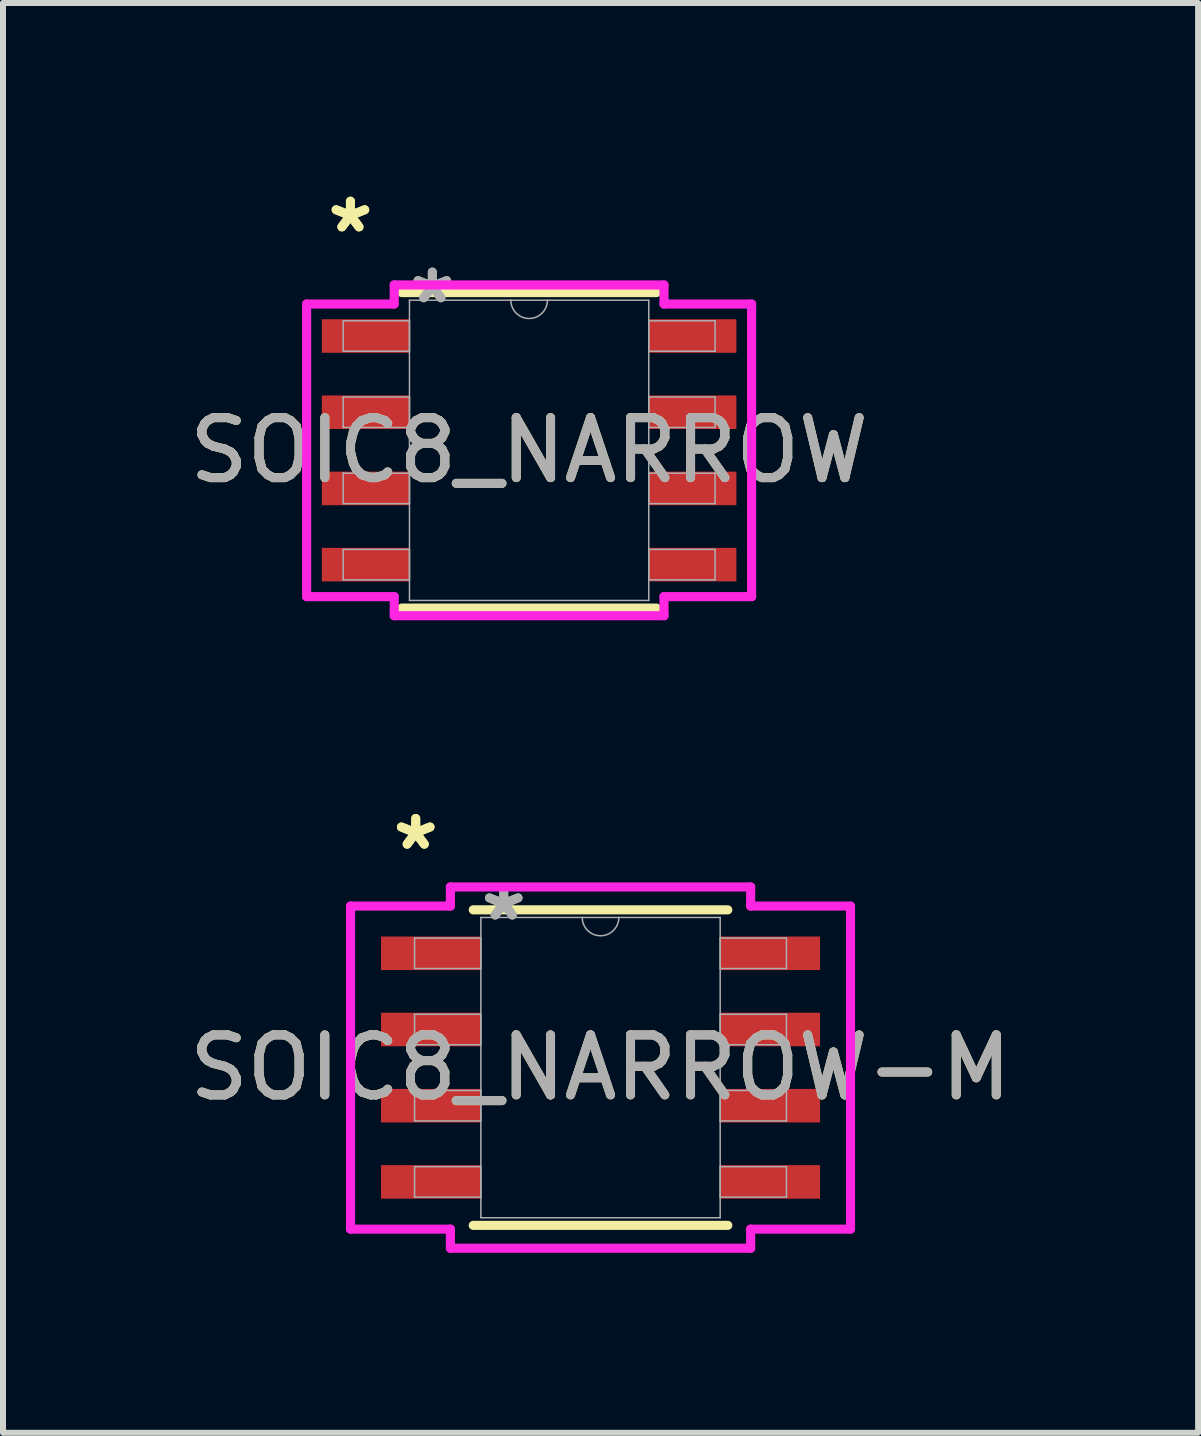
<source format=kicad_pcb>
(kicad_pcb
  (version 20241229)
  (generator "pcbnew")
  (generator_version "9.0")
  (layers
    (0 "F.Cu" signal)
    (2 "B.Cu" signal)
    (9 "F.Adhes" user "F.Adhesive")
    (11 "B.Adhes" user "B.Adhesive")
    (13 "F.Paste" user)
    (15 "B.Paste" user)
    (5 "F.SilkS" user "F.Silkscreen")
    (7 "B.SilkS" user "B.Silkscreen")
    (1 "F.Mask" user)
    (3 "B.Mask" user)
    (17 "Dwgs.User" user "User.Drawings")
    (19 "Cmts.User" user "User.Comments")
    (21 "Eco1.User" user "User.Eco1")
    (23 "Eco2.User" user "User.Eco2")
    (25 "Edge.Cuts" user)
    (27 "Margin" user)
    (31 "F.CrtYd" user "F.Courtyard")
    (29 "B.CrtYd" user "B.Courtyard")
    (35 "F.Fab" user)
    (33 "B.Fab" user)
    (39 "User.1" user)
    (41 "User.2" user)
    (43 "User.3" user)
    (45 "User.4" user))
  (footprint "SOIC8_NARROW"
    (layer "F.Cu")
    (at 5.768 4.455)
    (property "Reference" "SOIC8_NARROW" (at 0 0 0) (unlocked yes) (layer "F.SilkS") (effects (font (size 1 1) (thickness 0.15))))
    (attr smd)
    (fp_line (start -2.121 2.629) (end 2.121 2.629) (stroke (width 0.152) (type solid)) (layer "F.SilkS"))
    (fp_line (start 2.121 -2.629) (end -2.121 -2.629) (stroke (width 0.152) (type solid)) (layer "F.SilkS"))
    (fp_line (start -3.708 -2.438) (end -2.248 -2.438) (stroke (width 0.152) (type solid)) (layer "F.CrtYd"))
    (fp_line (start -3.708 2.438) (end -3.708 -2.438) (stroke (width 0.152) (type solid)) (layer "F.CrtYd"))
    (fp_line (start -3.708 2.438) (end -2.248 2.438) (stroke (width 0.152) (type solid)) (layer "F.CrtYd"))
    (fp_line (start -2.248 -2.756) (end 2.248 -2.756) (stroke (width 0.152) (type solid)) (layer "F.CrtYd"))
    (fp_line (start -2.248 -2.438) (end -2.248 -2.756) (stroke (width 0.152) (type solid)) (layer "F.CrtYd"))
    (fp_line (start -2.248 2.756) (end -2.248 2.438) (stroke (width 0.152) (type solid)) (layer "F.CrtYd"))
    (fp_line (start 2.248 -2.756) (end 2.248 -2.438) (stroke (width 0.152) (type solid)) (layer "F.CrtYd"))
    (fp_line (start 2.248 2.438) (end 2.248 2.756) (stroke (width 0.152) (type solid)) (layer "F.CrtYd"))
    (fp_line (start 2.248 2.756) (end -2.248 2.756) (stroke (width 0.152) (type solid)) (layer "F.CrtYd"))
    (fp_line (start 3.708 -2.438) (end 2.248 -2.438) (stroke (width 0.152) (type solid)) (layer "F.CrtYd"))
    (fp_line (start 3.708 -2.438) (end 3.708 2.438) (stroke (width 0.152) (type solid)) (layer "F.CrtYd"))
    (fp_line (start 3.708 2.438) (end 2.248 2.438) (stroke (width 0.152) (type solid)) (layer "F.CrtYd"))
    (fp_line (start -3.099 -2.159) (end -3.099 -1.651) (stroke (width 0.025) (type solid)) (layer "F.Fab"))
    (fp_line (start -3.099 -1.651) (end -1.994 -1.651) (stroke (width 0.025) (type solid)) (layer "F.Fab"))
    (fp_line (start -3.099 -0.889) (end -3.099 -0.381) (stroke (width 0.025) (type solid)) (layer "F.Fab"))
    (fp_line (start -3.099 -0.381) (end -1.994 -0.381) (stroke (width 0.025) (type solid)) (layer "F.Fab"))
    (fp_line (start -3.099 0.381) (end -3.099 0.889) (stroke (width 0.025) (type solid)) (layer "F.Fab"))
    (fp_line (start -3.099 0.889) (end -1.994 0.889) (stroke (width 0.025) (type solid)) (layer "F.Fab"))
    (fp_line (start -3.099 1.651) (end -3.099 2.159) (stroke (width 0.025) (type solid)) (layer "F.Fab"))
    (fp_line (start -3.099 2.159) (end -1.994 2.159) (stroke (width 0.025) (type solid)) (layer "F.Fab"))
    (fp_line (start -1.994 -2.502) (end -1.994 2.502) (stroke (width 0.025) (type solid)) (layer "F.Fab"))
    (fp_line (start -1.994 -2.159) (end -3.099 -2.159) (stroke (width 0.025) (type solid)) (layer "F.Fab"))
    (fp_line (start -1.994 -1.651) (end -1.994 -2.159) (stroke (width 0.025) (type solid)) (layer "F.Fab"))
    (fp_line (start -1.994 -0.889) (end -3.099 -0.889) (stroke (width 0.025) (type solid)) (layer "F.Fab"))
    (fp_line (start -1.994 -0.381) (end -1.994 -0.889) (stroke (width 0.025) (type solid)) (layer "F.Fab"))
    (fp_line (start -1.994 0.381) (end -3.099 0.381) (stroke (width 0.025) (type solid)) (layer "F.Fab"))
    (fp_line (start -1.994 0.889) (end -1.994 0.381) (stroke (width 0.025) (type solid)) (layer "F.Fab"))
    (fp_line (start -1.994 1.651) (end -3.099 1.651) (stroke (width 0.025) (type solid)) (layer "F.Fab"))
    (fp_line (start -1.994 2.159) (end -1.994 1.651) (stroke (width 0.025) (type solid)) (layer "F.Fab"))
    (fp_line (start -1.994 2.502) (end 1.994 2.502) (stroke (width 0.025) (type solid)) (layer "F.Fab"))
    (fp_line (start 1.994 -2.502) (end -1.994 -2.502) (stroke (width 0.025) (type solid)) (layer "F.Fab"))
    (fp_line (start 1.994 -2.159) (end 1.994 -1.651) (stroke (width 0.025) (type solid)) (layer "F.Fab"))
    (fp_line (start 1.994 -1.651) (end 3.099 -1.651) (stroke (width 0.025) (type solid)) (layer "F.Fab"))
    (fp_line (start 1.994 -0.889) (end 1.994 -0.381) (stroke (width 0.025) (type solid)) (layer "F.Fab"))
    (fp_line (start 1.994 -0.381) (end 3.099 -0.381) (stroke (width 0.025) (type solid)) (layer "F.Fab"))
    (fp_line (start 1.994 0.381) (end 1.994 0.889) (stroke (width 0.025) (type solid)) (layer "F.Fab"))
    (fp_line (start 1.994 0.889) (end 3.099 0.889) (stroke (width 0.025) (type solid)) (layer "F.Fab"))
    (fp_line (start 1.994 1.651) (end 1.994 2.159) (stroke (width 0.025) (type solid)) (layer "F.Fab"))
    (fp_line (start 1.994 2.159) (end 3.099 2.159) (stroke (width 0.025) (type solid)) (layer "F.Fab"))
    (fp_line (start 1.994 2.502) (end 1.994 -2.502) (stroke (width 0.025) (type solid)) (layer "F.Fab"))
    (fp_line (start 3.099 -2.159) (end 1.994 -2.159) (stroke (width 0.025) (type solid)) (layer "F.Fab"))
    (fp_line (start 3.099 -1.651) (end 3.099 -2.159) (stroke (width 0.025) (type solid)) (layer "F.Fab"))
    (fp_line (start 3.099 -0.889) (end 1.994 -0.889) (stroke (width 0.025) (type solid)) (layer "F.Fab"))
    (fp_line (start 3.099 -0.381) (end 3.099 -0.889) (stroke (width 0.025) (type solid)) (layer "F.Fab"))
    (fp_line (start 3.099 0.381) (end 1.994 0.381) (stroke (width 0.025) (type solid)) (layer "F.Fab"))
    (fp_line (start 3.099 0.889) (end 3.099 0.381) (stroke (width 0.025) (type solid)) (layer "F.Fab"))
    (fp_line (start 3.099 1.651) (end 1.994 1.651) (stroke (width 0.025) (type solid)) (layer "F.Fab"))
    (fp_line (start 3.099 2.159) (end 3.099 1.651) (stroke (width 0.025) (type solid)) (layer "F.Fab"))
    (fp_arc (start 0.3048 -2.5019) (mid 0 -2.1971) (end -0.3048 -2.5019) (stroke (width 0.0254) (type solid)) (layer "F.Fab"))
    (fp_text user "*" (at -2.978 -3.607 0) (unlocked yes) (layer "F.SilkS") (effects (font (size 1 1) (thickness 0.15))))
    (fp_text user "*" (at -2.978 -3.607 0) (layer "F.SilkS") (effects (font (size 1 1) (thickness 0.15))))
    (fp_text user "${REFERENCE}" (at 0 0 0) (unlocked yes) (layer "F.Fab") (effects (font (size 1 1) (thickness 0.15))))
    (fp_text user "*" (at -1.613 -2.426 0) (unlocked yes) (layer "F.Fab") (effects (font (size 1 1) (thickness 0.15))))
    (fp_text user "*" (at -1.613 -2.426 0) (layer "F.Fab") (effects (font (size 1 1) (thickness 0.15))))
    (pad "1" smd rect (at -2.724 -1.905) (size 1.46 0.559) (layers "F.Cu" "F.Mask" "F.Paste"))
    (pad "2" smd rect (at -2.724 -0.635) (size 1.46 0.559) (layers "F.Cu" "F.Mask" "F.Paste"))
    (pad "3" smd rect (at -2.724 0.635) (size 1.46 0.559) (layers "F.Cu" "F.Mask" "F.Paste"))
    (pad "4" smd rect (at -2.724 1.905) (size 1.46 0.559) (layers "F.Cu" "F.Mask" "F.Paste"))
    (pad "5" smd rect (at 2.724 1.905) (size 1.46 0.559) (layers "F.Cu" "F.Mask" "F.Paste"))
    (pad "6" smd rect (at 2.724 0.635) (size 1.46 0.559) (layers "F.Cu" "F.Mask" "F.Paste"))
    (pad "7" smd rect (at 2.724 -0.635) (size 1.46 0.559) (layers "F.Cu" "F.Mask" "F.Paste"))
    (pad "8" smd rect (at 2.724 -1.905) (size 1.46 0.559) (layers "F.Cu" "F.Mask" "F.Paste")))
  (footprint "SOIC8_NARROW-M"
    (layer "F.Cu")
    (at 6.958 14.742)
    (property "Reference" "SOIC8_NARROW-M" (at 0 0 0) (unlocked yes) (layer "F.SilkS") (effects (font (size 1 1) (thickness 0.15))))
    (attr smd)
    (fp_line (start -2.121 2.629) (end 2.121 2.629) (stroke (width 0.152) (type solid)) (layer "F.SilkS"))
    (fp_line (start 2.121 -2.629) (end -2.121 -2.629) (stroke (width 0.152) (type solid)) (layer "F.SilkS"))
    (fp_line (start -4.166 -2.692) (end -2.502 -2.692) (stroke (width 0.152) (type solid)) (layer "F.CrtYd"))
    (fp_line (start -4.166 2.692) (end -4.166 -2.692) (stroke (width 0.152) (type solid)) (layer "F.CrtYd"))
    (fp_line (start -4.166 2.692) (end -2.502 2.692) (stroke (width 0.152) (type solid)) (layer "F.CrtYd"))
    (fp_line (start -2.502 -3.01) (end 2.502 -3.01) (stroke (width 0.152) (type solid)) (layer "F.CrtYd"))
    (fp_line (start -2.502 -2.692) (end -2.502 -3.01) (stroke (width 0.152) (type solid)) (layer "F.CrtYd"))
    (fp_line (start -2.502 3.01) (end -2.502 2.692) (stroke (width 0.152) (type solid)) (layer "F.CrtYd"))
    (fp_line (start 2.502 -3.01) (end 2.502 -2.692) (stroke (width 0.152) (type solid)) (layer "F.CrtYd"))
    (fp_line (start 2.502 2.692) (end 2.502 3.01) (stroke (width 0.152) (type solid)) (layer "F.CrtYd"))
    (fp_line (start 2.502 3.01) (end -2.502 3.01) (stroke (width 0.152) (type solid)) (layer "F.CrtYd"))
    (fp_line (start 4.166 -2.692) (end 2.502 -2.692) (stroke (width 0.152) (type solid)) (layer "F.CrtYd"))
    (fp_line (start 4.166 -2.692) (end 4.166 2.692) (stroke (width 0.152) (type solid)) (layer "F.CrtYd"))
    (fp_line (start 4.166 2.692) (end 2.502 2.692) (stroke (width 0.152) (type solid)) (layer "F.CrtYd"))
    (fp_line (start -3.099 -2.159) (end -3.099 -1.651) (stroke (width 0.025) (type solid)) (layer "F.Fab"))
    (fp_line (start -3.099 -1.651) (end -1.994 -1.651) (stroke (width 0.025) (type solid)) (layer "F.Fab"))
    (fp_line (start -3.099 -0.889) (end -3.099 -0.381) (stroke (width 0.025) (type solid)) (layer "F.Fab"))
    (fp_line (start -3.099 -0.381) (end -1.994 -0.381) (stroke (width 0.025) (type solid)) (layer "F.Fab"))
    (fp_line (start -3.099 0.381) (end -3.099 0.889) (stroke (width 0.025) (type solid)) (layer "F.Fab"))
    (fp_line (start -3.099 0.889) (end -1.994 0.889) (stroke (width 0.025) (type solid)) (layer "F.Fab"))
    (fp_line (start -3.099 1.651) (end -3.099 2.159) (stroke (width 0.025) (type solid)) (layer "F.Fab"))
    (fp_line (start -3.099 2.159) (end -1.994 2.159) (stroke (width 0.025) (type solid)) (layer "F.Fab"))
    (fp_line (start -1.994 -2.502) (end -1.994 2.502) (stroke (width 0.025) (type solid)) (layer "F.Fab"))
    (fp_line (start -1.994 -2.159) (end -3.099 -2.159) (stroke (width 0.025) (type solid)) (layer "F.Fab"))
    (fp_line (start -1.994 -1.651) (end -1.994 -2.159) (stroke (width 0.025) (type solid)) (layer "F.Fab"))
    (fp_line (start -1.994 -0.889) (end -3.099 -0.889) (stroke (width 0.025) (type solid)) (layer "F.Fab"))
    (fp_line (start -1.994 -0.381) (end -1.994 -0.889) (stroke (width 0.025) (type solid)) (layer "F.Fab"))
    (fp_line (start -1.994 0.381) (end -3.099 0.381) (stroke (width 0.025) (type solid)) (layer "F.Fab"))
    (fp_line (start -1.994 0.889) (end -1.994 0.381) (stroke (width 0.025) (type solid)) (layer "F.Fab"))
    (fp_line (start -1.994 1.651) (end -3.099 1.651) (stroke (width 0.025) (type solid)) (layer "F.Fab"))
    (fp_line (start -1.994 2.159) (end -1.994 1.651) (stroke (width 0.025) (type solid)) (layer "F.Fab"))
    (fp_line (start -1.994 2.502) (end 1.994 2.502) (stroke (width 0.025) (type solid)) (layer "F.Fab"))
    (fp_line (start 1.994 -2.502) (end -1.994 -2.502) (stroke (width 0.025) (type solid)) (layer "F.Fab"))
    (fp_line (start 1.994 -2.159) (end 1.994 -1.651) (stroke (width 0.025) (type solid)) (layer "F.Fab"))
    (fp_line (start 1.994 -1.651) (end 3.099 -1.651) (stroke (width 0.025) (type solid)) (layer "F.Fab"))
    (fp_line (start 1.994 -0.889) (end 1.994 -0.381) (stroke (width 0.025) (type solid)) (layer "F.Fab"))
    (fp_line (start 1.994 -0.381) (end 3.099 -0.381) (stroke (width 0.025) (type solid)) (layer "F.Fab"))
    (fp_line (start 1.994 0.381) (end 1.994 0.889) (stroke (width 0.025) (type solid)) (layer "F.Fab"))
    (fp_line (start 1.994 0.889) (end 3.099 0.889) (stroke (width 0.025) (type solid)) (layer "F.Fab"))
    (fp_line (start 1.994 1.651) (end 1.994 2.159) (stroke (width 0.025) (type solid)) (layer "F.Fab"))
    (fp_line (start 1.994 2.159) (end 3.099 2.159) (stroke (width 0.025) (type solid)) (layer "F.Fab"))
    (fp_line (start 1.994 2.502) (end 1.994 -2.502) (stroke (width 0.025) (type solid)) (layer "F.Fab"))
    (fp_line (start 3.099 -2.159) (end 1.994 -2.159) (stroke (width 0.025) (type solid)) (layer "F.Fab"))
    (fp_line (start 3.099 -1.651) (end 3.099 -2.159) (stroke (width 0.025) (type solid)) (layer "F.Fab"))
    (fp_line (start 3.099 -0.889) (end 1.994 -0.889) (stroke (width 0.025) (type solid)) (layer "F.Fab"))
    (fp_line (start 3.099 -0.381) (end 3.099 -0.889) (stroke (width 0.025) (type solid)) (layer "F.Fab"))
    (fp_line (start 3.099 0.381) (end 1.994 0.381) (stroke (width 0.025) (type solid)) (layer "F.Fab"))
    (fp_line (start 3.099 0.889) (end 3.099 0.381) (stroke (width 0.025) (type solid)) (layer "F.Fab"))
    (fp_line (start 3.099 1.651) (end 1.994 1.651) (stroke (width 0.025) (type solid)) (layer "F.Fab"))
    (fp_line (start 3.099 2.159) (end 3.099 1.651) (stroke (width 0.025) (type solid)) (layer "F.Fab"))
    (fp_arc (start 0.3048 -2.5019) (mid 0 -2.1971) (end -0.3048 -2.5019) (stroke (width 0.0254) (type solid)) (layer "F.Fab"))
    (fp_text user "*" (at -3.08 -3.607 0) (layer "F.SilkS") (effects (font (size 1 1) (thickness 0.15))))
    (fp_text user "*" (at -3.08 -3.607 0) (unlocked yes) (layer "F.SilkS") (effects (font (size 1 1) (thickness 0.15))))
    (fp_text user "*" (at -1.613 -2.426 0) (unlocked yes) (layer "F.Fab") (effects (font (size 1 1) (thickness 0.15))))
    (fp_text user "${REFERENCE}" (at 0 0 0) (unlocked yes) (layer "F.Fab") (effects (font (size 1 1) (thickness 0.15))))
    (fp_text user "*" (at -1.613 -2.426 0) (layer "F.Fab") (effects (font (size 1 1) (thickness 0.15))))
    (pad "1" smd rect (at -2.826 -1.905) (size 1.664 0.559) (layers "F.Cu" "F.Mask" "F.Paste"))
    (pad "2" smd rect (at -2.826 -0.635) (size 1.664 0.559) (layers "F.Cu" "F.Mask" "F.Paste"))
    (pad "3" smd rect (at -2.826 0.635) (size 1.664 0.559) (layers "F.Cu" "F.Mask" "F.Paste"))
    (pad "4" smd rect (at -2.826 1.905) (size 1.664 0.559) (layers "F.Cu" "F.Mask" "F.Paste"))
    (pad "5" smd rect (at 2.826 1.905) (size 1.664 0.559) (layers "F.Cu" "F.Mask" "F.Paste"))
    (pad "6" smd rect (at 2.826 0.635) (size 1.664 0.559) (layers "F.Cu" "F.Mask" "F.Paste"))
    (pad "7" smd rect (at 2.826 -0.635) (size 1.664 0.559) (layers "F.Cu" "F.Mask" "F.Paste"))
    (pad "8" smd rect (at 2.826 -1.905) (size 1.664 0.559) (layers "F.Cu" "F.Mask" "F.Paste")))
  (gr_rect
    (start -3 -3)
    (end 16.917 20.828)
    (stroke (width 0.1) (type default))
    (fill no)
    (layer "Edge.Cuts")))
</source>
